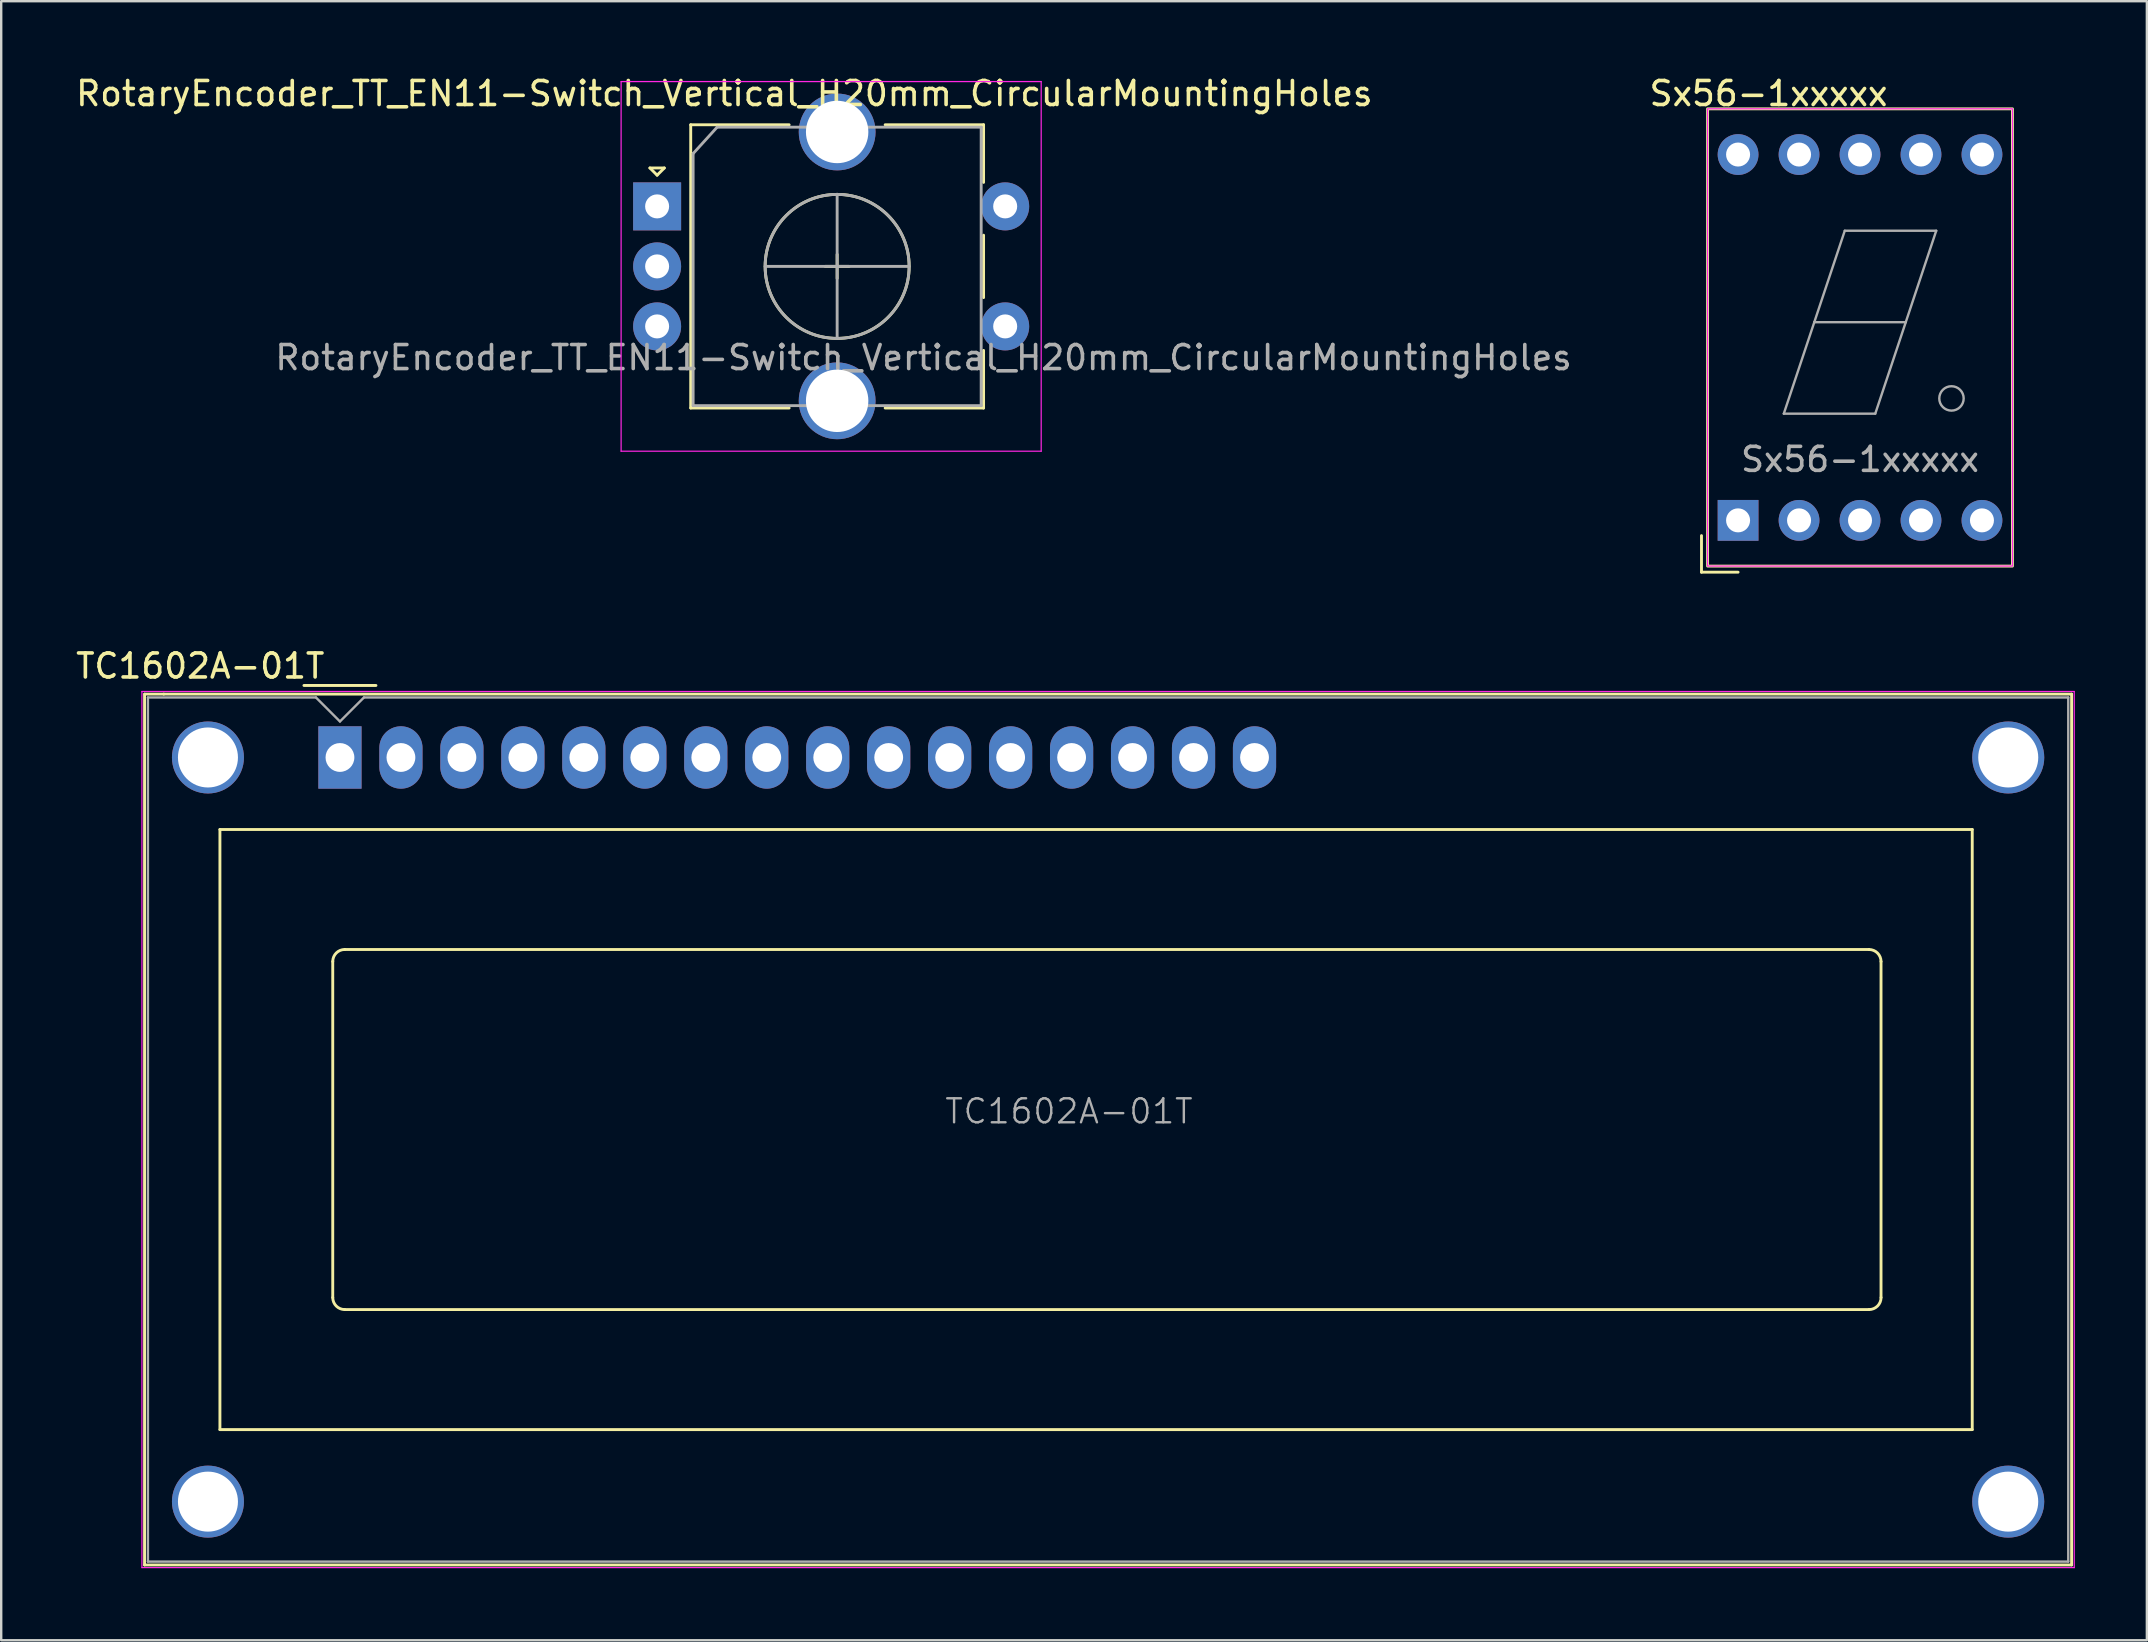
<source format=kicad_pcb>
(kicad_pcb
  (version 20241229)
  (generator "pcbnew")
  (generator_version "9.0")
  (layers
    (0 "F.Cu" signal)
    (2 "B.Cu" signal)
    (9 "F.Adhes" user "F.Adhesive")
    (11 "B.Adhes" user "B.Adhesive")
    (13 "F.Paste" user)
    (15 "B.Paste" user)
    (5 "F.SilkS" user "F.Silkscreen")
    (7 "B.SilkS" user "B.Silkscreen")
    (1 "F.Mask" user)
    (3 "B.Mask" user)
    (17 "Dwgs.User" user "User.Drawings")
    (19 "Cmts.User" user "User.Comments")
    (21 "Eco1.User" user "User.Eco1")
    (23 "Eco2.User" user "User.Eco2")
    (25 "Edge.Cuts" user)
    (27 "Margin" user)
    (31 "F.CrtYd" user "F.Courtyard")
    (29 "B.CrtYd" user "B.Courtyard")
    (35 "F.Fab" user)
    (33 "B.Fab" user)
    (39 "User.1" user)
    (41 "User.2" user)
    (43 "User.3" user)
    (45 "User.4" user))
  (footprint "Sx56-1xxxxx"
    (layer "F.Cu")
    (at 69.357 18.628)
    (property "Reference" "Sx56-1xxxxx" (at 1.27 -17.78 0) (layer "F.SilkS") (effects (font (size 1 1) (thickness 0.15))))
    (attr through_hole)
    (fp_line (start -1.524 0.635) (end -1.524 2.159) (stroke (width 0.12) (type solid)) (layer "F.SilkS"))
    (fp_line (start -1.524 2.159) (end 0 2.159) (stroke (width 0.12) (type solid)) (layer "F.SilkS"))
    (fp_rect (start -1.27 -17.145) (end 11.43 1.905) (stroke (width 0.12) (type solid)) (fill no) (layer "F.SilkS"))
    (fp_rect (start -1.27 -17.145) (end 11.43 1.905) (stroke (width 0.05) (type solid)) (fill no) (layer "F.CrtYd"))
    (fp_line (start 1.905 -4.445) (end 3.175 -8.255) (stroke (width 0.1) (type solid)) (layer "F.Fab"))
    (fp_line (start 3.175 -8.255) (end 6.985 -8.255) (stroke (width 0.1) (type solid)) (layer "F.Fab"))
    (fp_line (start 4.445 -12.065) (end 3.175 -8.255) (stroke (width 0.1) (type solid)) (layer "F.Fab"))
    (fp_line (start 4.445 -12.065) (end 8.255 -12.065) (stroke (width 0.1) (type solid)) (layer "F.Fab"))
    (fp_line (start 5.715 -4.445) (end 1.905 -4.445) (stroke (width 0.1) (type solid)) (layer "F.Fab"))
    (fp_line (start 6.985 -8.255) (end 5.715 -4.445) (stroke (width 0.1) (type solid)) (layer "F.Fab"))
    (fp_line (start 8.255 -12.065) (end 6.985 -8.255) (stroke (width 0.1) (type solid)) (layer "F.Fab"))
    (fp_circle (center 8.89 -5.08) (end 8.89 -5.588) (stroke (width 0.1) (type solid)) (fill no) (layer "F.Fab"))
    (fp_text user "${REFERENCE}" (at 5.08 -2.54 0) (layer "F.Fab") (effects (font (size 1 1) (thickness 0.15))))
    (pad "1" thru_hole rect (at 0 0) (size 1.7 1.7) (drill 1) (layers "*.Cu" "*.Mask"))
    (pad "2" thru_hole circle (at 2.54 0) (size 1.7 1.7) (drill 1) (layers "*.Cu" "*.Mask"))
    (pad "3" thru_hole circle (at 5.08 0) (size 1.7 1.7) (drill 1) (layers "*.Cu" "*.Mask"))
    (pad "4" thru_hole circle (at 7.62 0) (size 1.7 1.7) (drill 1) (layers "*.Cu" "*.Mask"))
    (pad "5" thru_hole circle (at 10.16 0) (size 1.7 1.7) (drill 1) (layers "*.Cu" "*.Mask"))
    (pad "6" thru_hole circle (at 10.16 -15.24) (size 1.7 1.7) (drill 1) (layers "*.Cu" "*.Mask"))
    (pad "7" thru_hole circle (at 7.62 -15.24) (size 1.7 1.7) (drill 1) (layers "*.Cu" "*.Mask"))
    (pad "8" thru_hole circle (at 5.08 -15.24) (size 1.7 1.7) (drill 1) (layers "*.Cu" "*.Mask"))
    (pad "9" thru_hole circle (at 2.54 -15.24) (size 1.7 1.7) (drill 1) (layers "*.Cu" "*.Mask"))
    (pad "10" thru_hole circle (at 0 -15.24) (size 1.7 1.7) (drill 1) (layers "*.Cu" "*.Mask")))
  (footprint "TC1602A-01T"
    (layer "F.Cu")
    (at 11.112 28.506)
    (property "Reference" "TC1602A-01T" (at -5.82 -3.81 0) (layer "F.SilkS") (effects (font (size 1 1) (thickness 0.15))))
    (attr smd)
    (fp_line (start -8.14 -2.64) (end -8.14 33.64) (stroke (width 0.12) (type solid)) (layer "F.SilkS"))
    (fp_line (start -8.14 33.64) (end 72.14 33.64) (stroke (width 0.12) (type solid)) (layer "F.SilkS"))
    (fp_line (start -8.13 -2.64) (end -7.34 -2.64) (stroke (width 0.12) (type solid)) (layer "F.SilkS"))
    (fp_line (start -5 3) (end 68 3) (stroke (width 0.12) (type solid)) (layer "F.SilkS"))
    (fp_line (start -5 28) (end -5 3) (stroke (width 0.12) (type solid)) (layer "F.SilkS"))
    (fp_line (start -1.5 -3) (end 1.5 -3) (stroke (width 0.12) (type solid)) (layer "F.SilkS"))
    (fp_line (start -0.3 22.499) (end -0.3 8.5) (stroke (width 0.12) (type solid)) (layer "F.SilkS"))
    (fp_line (start 0.2 8) (end 63.7 8) (stroke (width 0.12) (type solid)) (layer "F.SilkS"))
    (fp_line (start 63.701 23) (end 0.2 23) (stroke (width 0.12) (type solid)) (layer "F.SilkS"))
    (fp_line (start 64.2 8.5) (end 64.2 22.5) (stroke (width 0.12) (type solid)) (layer "F.SilkS"))
    (fp_line (start 68 3) (end 68 28) (stroke (width 0.12) (type solid)) (layer "F.SilkS"))
    (fp_line (start 68 28) (end -5 28) (stroke (width 0.12) (type solid)) (layer "F.SilkS"))
    (fp_line (start 72.14 -2.64) (end -7.34 -2.64) (stroke (width 0.12) (type solid)) (layer "F.SilkS"))
    (fp_line (start 72.14 33.64) (end 72.14 -2.64) (stroke (width 0.12) (type solid)) (layer "F.SilkS"))
    (fp_arc (start -0.29972 8.49884) (mid -0.153162 8.145018) (end 0.20066 7.99846) (stroke (width 0.12) (type solid)) (layer "F.SilkS"))
    (fp_arc (start 0.20066 22.9997) (mid -0.153162 22.853142) (end -0.29972 22.49932) (stroke (width 0.12) (type solid)) (layer "F.SilkS"))
    (fp_arc (start 63.7 8) (mid 64.053553 8.146447) (end 64.2 8.5) (stroke (width 0.12) (type solid)) (layer "F.SilkS"))
    (fp_arc (start 64.20104 22.49932) (mid 64.054482 22.853142) (end 63.70066 22.9997) (stroke (width 0.12) (type solid)) (layer "F.SilkS"))
    (fp_line (start -8.25 -2.75) (end -8.25 33.75) (stroke (width 0.05) (type solid)) (layer "F.CrtYd"))
    (fp_line (start -8.25 -2.75) (end 72.25 -2.75) (stroke (width 0.05) (type solid)) (layer "F.CrtYd"))
    (fp_line (start -8.25 33.75) (end 72.25 33.75) (stroke (width 0.05) (type solid)) (layer "F.CrtYd"))
    (fp_line (start 72.25 -2.75) (end 72.25 33.75) (stroke (width 0.05) (type solid)) (layer "F.CrtYd"))
    (fp_line (start -8 33.5) (end -8 -2.5) (stroke (width 0.1) (type solid)) (layer "F.Fab"))
    (fp_line (start -1 -2.5) (end -8 -2.5) (stroke (width 0.1) (type solid)) (layer "F.Fab"))
    (fp_line (start 0 -1.5) (end -1 -2.5) (stroke (width 0.1) (type solid)) (layer "F.Fab"))
    (fp_line (start 1 -2.5) (end 0 -1.5) (stroke (width 0.1) (type solid)) (layer "F.Fab"))
    (fp_line (start 1 -2.5) (end 72 -2.5) (stroke (width 0.1) (type solid)) (layer "F.Fab"))
    (fp_line (start 72 -2.5) (end 72 33.5) (stroke (width 0.1) (type solid)) (layer "F.Fab"))
    (fp_line (start 72 33.5) (end -8 33.5) (stroke (width 0.1) (type solid)) (layer "F.Fab"))
    (fp_text user "${REFERENCE}" (at 30.37 14.74 0) (layer "F.Fab") (effects (font (size 1 1) (thickness 0.1))))
    (pad "" thru_hole circle (at -5.499 0) (size 3 3) (drill 2.5) (layers "*.Cu" "*.Mask"))
    (pad "" thru_hole circle (at -5.499 31.001) (size 3 3) (drill 2.5) (layers "*.Cu" "*.Mask"))
    (pad "" thru_hole circle (at 69.499 31.001) (size 3 3) (drill 2.5) (layers "*.Cu" "*.Mask"))
    (pad "" thru_hole circle (at 69.5 0) (size 3 3) (drill 2.5) (layers "*.Cu" "*.Mask"))
    (pad "1" thru_hole rect (at 0 0) (size 1.8 2.6) (drill 1.2) (layers "*.Cu" "*.Mask"))
    (pad "2" thru_hole oval (at 2.54 0) (size 1.8 2.6) (drill 1.2) (layers "*.Cu" "*.Mask"))
    (pad "3" thru_hole oval (at 5.08 0) (size 1.8 2.6) (drill 1.2) (layers "*.Cu" "*.Mask"))
    (pad "4" thru_hole oval (at 7.62 0) (size 1.8 2.6) (drill 1.2) (layers "*.Cu" "*.Mask"))
    (pad "5" thru_hole oval (at 10.16 0) (size 1.8 2.6) (drill 1.2) (layers "*.Cu" "*.Mask"))
    (pad "6" thru_hole oval (at 12.7 0) (size 1.8 2.6) (drill 1.2) (layers "*.Cu" "*.Mask"))
    (pad "7" thru_hole oval (at 15.24 0) (size 1.8 2.6) (drill 1.2) (layers "*.Cu" "*.Mask"))
    (pad "8" thru_hole oval (at 17.78 0) (size 1.8 2.6) (drill 1.2) (layers "*.Cu" "*.Mask"))
    (pad "9" thru_hole oval (at 20.32 0) (size 1.8 2.6) (drill 1.2) (layers "*.Cu" "*.Mask"))
    (pad "10" thru_hole oval (at 22.86 0) (size 1.8 2.6) (drill 1.2) (layers "*.Cu" "*.Mask"))
    (pad "11" thru_hole oval (at 25.4 0) (size 1.8 2.6) (drill 1.2) (layers "*.Cu" "*.Mask"))
    (pad "12" thru_hole oval (at 27.94 0) (size 1.8 2.6) (drill 1.2) (layers "*.Cu" "*.Mask"))
    (pad "13" thru_hole oval (at 30.48 0) (size 1.8 2.6) (drill 1.2) (layers "*.Cu" "*.Mask"))
    (pad "14" thru_hole oval (at 33.02 0) (size 1.8 2.6) (drill 1.2) (layers "*.Cu" "*.Mask"))
    (pad "15" thru_hole oval (at 35.56 0) (size 1.8 2.6) (drill 1.2) (layers "*.Cu" "*.Mask"))
    (pad "16" thru_hole oval (at 38.1 0) (size 1.8 2.6) (drill 1.2) (layers "*.Cu" "*.Mask")))
  (footprint "RotaryEncoder_TT_EN11-Switch_Vertical_H20mm_CircularMountingHoles"
    (layer "F.Cu")
    (at 24.325 5.548)
    (property "Reference" "RotaryEncoder_TT_EN11-Switch_Vertical_H20mm_CircularMountingHoles" (at 2.8 -4.7 0) (layer "F.SilkS") (effects (font (size 1 1) (thickness 0.15))))
    (attr through_hole)
    (fp_line (start -0.3 -1.6) (end 0.3 -1.6) (stroke (width 0.12) (type solid)) (layer "F.SilkS"))
    (fp_line (start 0 -1.3) (end -0.3 -1.6) (stroke (width 0.12) (type solid)) (layer "F.SilkS"))
    (fp_line (start 0.3 -1.6) (end 0 -1.3) (stroke (width 0.12) (type solid)) (layer "F.SilkS"))
    (fp_line (start 1.4 -3.4) (end 1.4 8.4) (stroke (width 0.12) (type solid)) (layer "F.SilkS"))
    (fp_line (start 5.5 -3.4) (end 1.4 -3.4) (stroke (width 0.12) (type solid)) (layer "F.SilkS"))
    (fp_line (start 5.5 8.4) (end 1.4 8.4) (stroke (width 0.12) (type solid)) (layer "F.SilkS"))
    (fp_line (start 7 2.5) (end 8 2.5) (stroke (width 0.12) (type solid)) (layer "F.SilkS"))
    (fp_line (start 7.5 2) (end 7.5 3) (stroke (width 0.12) (type solid)) (layer "F.SilkS"))
    (fp_line (start 9.5 -3.4) (end 13.6 -3.4) (stroke (width 0.12) (type solid)) (layer "F.SilkS"))
    (fp_line (start 13.6 -3.4) (end 13.6 -1) (stroke (width 0.12) (type solid)) (layer "F.SilkS"))
    (fp_line (start 13.6 1.2) (end 13.6 3.8) (stroke (width 0.12) (type solid)) (layer "F.SilkS"))
    (fp_line (start 13.6 6) (end 13.6 8.4) (stroke (width 0.12) (type solid)) (layer "F.SilkS"))
    (fp_line (start 13.6 8.4) (end 9.5 8.4) (stroke (width 0.12) (type solid)) (layer "F.SilkS"))
    (fp_circle (center 7.5 2.5) (end 10.5 2.5) (stroke (width 0.12) (type solid)) (fill no) (layer "F.SilkS"))
    (fp_line (start -1.5 -5.2) (end -1.5 10.2) (stroke (width 0.05) (type solid)) (layer "F.CrtYd"))
    (fp_line (start -1.5 -5.2) (end 16 -5.2) (stroke (width 0.05) (type solid)) (layer "F.CrtYd"))
    (fp_line (start 16 10.2) (end -1.5 10.2) (stroke (width 0.05) (type solid)) (layer "F.CrtYd"))
    (fp_line (start 16 10.2) (end 16 -5.2) (stroke (width 0.05) (type solid)) (layer "F.CrtYd"))
    (fp_line (start 1.5 -2.2) (end 2.5 -3.3) (stroke (width 0.12) (type solid)) (layer "F.Fab"))
    (fp_line (start 1.5 8.3) (end 1.5 -2.2) (stroke (width 0.12) (type solid)) (layer "F.Fab"))
    (fp_line (start 2.5 -3.3) (end 13.5 -3.3) (stroke (width 0.12) (type solid)) (layer "F.Fab"))
    (fp_line (start 4.5 2.5) (end 10.5 2.5) (stroke (width 0.12) (type solid)) (layer "F.Fab"))
    (fp_line (start 7.5 -0.5) (end 7.5 5.5) (stroke (width 0.12) (type solid)) (layer "F.Fab"))
    (fp_line (start 13.5 -3.3) (end 13.5 8.3) (stroke (width 0.12) (type solid)) (layer "F.Fab"))
    (fp_line (start 13.5 8.3) (end 1.5 8.3) (stroke (width 0.12) (type solid)) (layer "F.Fab"))
    (fp_circle (center 7.5 2.5) (end 10.5 2.5) (stroke (width 0.12) (type solid)) (fill no) (layer "F.Fab"))
    (fp_text user "${REFERENCE}" (at 11.1 6.3 0) (layer "F.Fab") (effects (font (size 1 1) (thickness 0.15))))
    (pad "A" thru_hole rect (at 0 0) (size 2 2) (drill 1) (layers "*.Cu" "*.Mask"))
    (pad "B" thru_hole circle (at 0 5) (size 2 2) (drill 1) (layers "*.Cu" "*.Mask"))
    (pad "C" thru_hole circle (at 0 2.5) (size 2 2) (drill 1) (layers "*.Cu" "*.Mask"))
    (pad "MP" thru_hole circle (at 7.5 -3.1) (size 3.2 3.2) (drill 2.6) (layers "*.Cu" "*.Mask"))
    (pad "MP" thru_hole circle (at 7.5 8.1) (size 3.2 3.2) (drill 2.6) (layers "*.Cu" "*.Mask"))
    (pad "S1" thru_hole circle (at 14.5 5) (size 2 2) (drill 1) (layers "*.Cu" "*.Mask"))
    (pad "S2" thru_hole circle (at 14.5 0) (size 2 2) (drill 1) (layers "*.Cu" "*.Mask")))
  (gr_rect
    (start -3 -3)
    (end 86.387 65.281)
    (stroke (width 0.1) (type default))
    (fill no)
    (layer "Edge.Cuts")))
</source>
